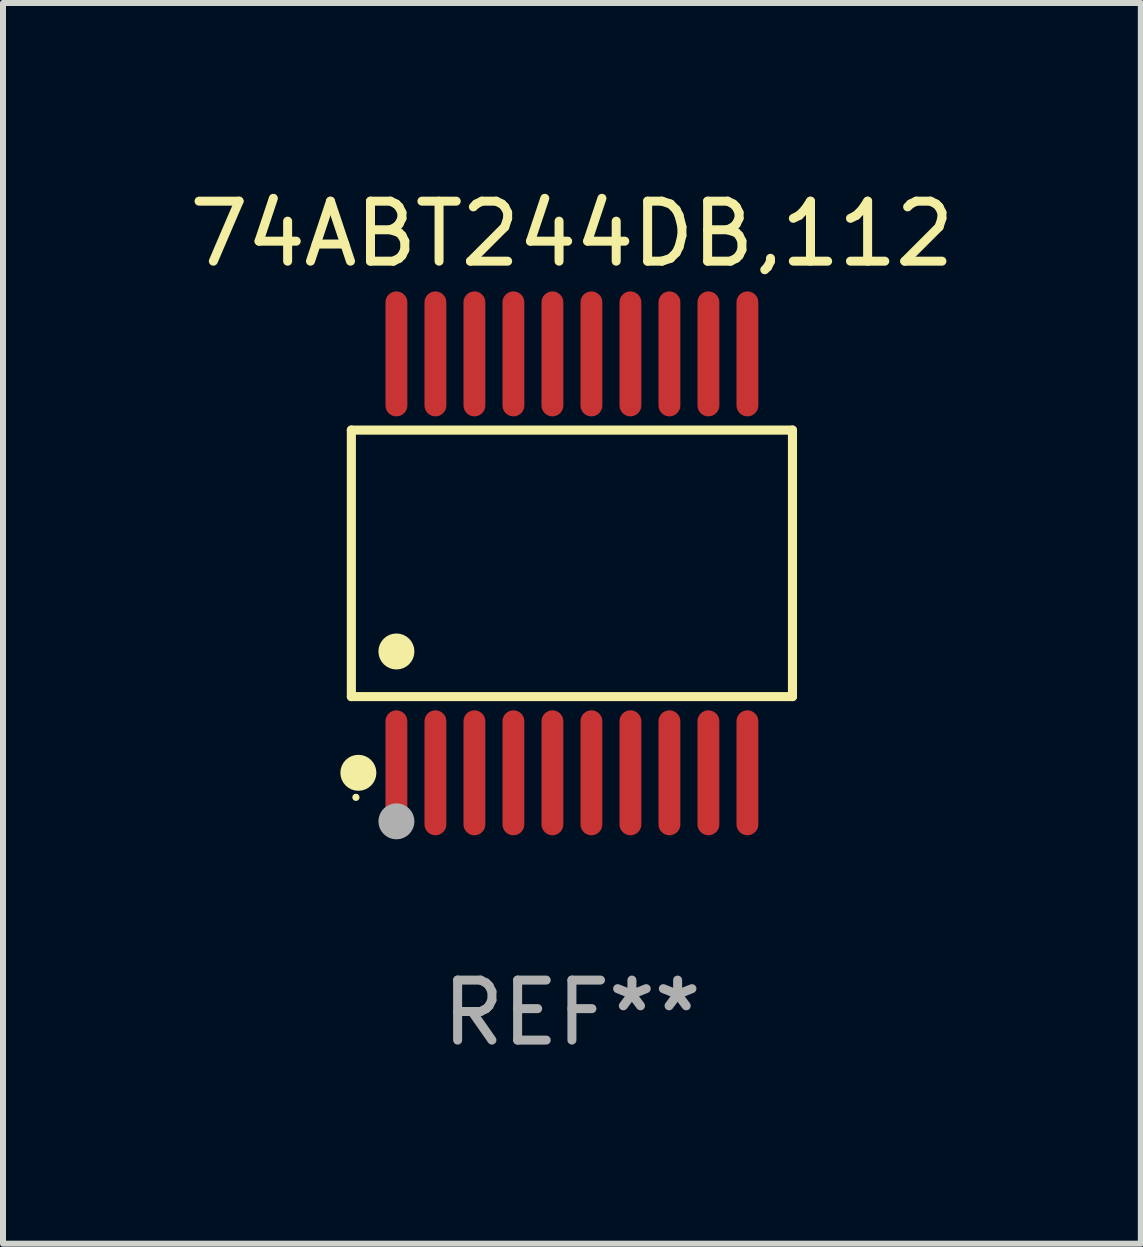
<source format=kicad_pcb>
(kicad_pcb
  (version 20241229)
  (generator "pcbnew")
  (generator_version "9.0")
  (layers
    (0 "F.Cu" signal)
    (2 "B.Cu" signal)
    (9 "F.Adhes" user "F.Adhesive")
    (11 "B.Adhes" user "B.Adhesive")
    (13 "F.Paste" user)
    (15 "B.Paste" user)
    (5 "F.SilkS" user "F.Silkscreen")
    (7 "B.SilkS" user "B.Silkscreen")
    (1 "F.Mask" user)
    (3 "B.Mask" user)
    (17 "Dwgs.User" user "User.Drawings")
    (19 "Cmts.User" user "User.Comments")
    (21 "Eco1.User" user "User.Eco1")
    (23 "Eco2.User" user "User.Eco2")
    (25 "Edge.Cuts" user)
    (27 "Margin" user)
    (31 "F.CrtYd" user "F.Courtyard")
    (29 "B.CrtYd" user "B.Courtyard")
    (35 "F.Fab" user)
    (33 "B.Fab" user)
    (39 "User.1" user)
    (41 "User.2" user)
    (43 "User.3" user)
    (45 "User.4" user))
  (footprint "74ABT244DB,112"
    (layer "F.Cu")
    (at 6.482 6.339)
    (property "Reference" "74ABT244DB,112" (at 0 -5.491 0) (layer "F.SilkS") (effects (font (size 1 1) (thickness 0.15))))
    (attr through_hole)
    (fp_line (start -3.676 -2.221) (end 3.676 -2.221) (stroke (width 0.152) (type solid)) (layer "F.SilkS"))
    (fp_line (start -3.676 2.221) (end -3.676 -2.221) (stroke (width 0.152) (type solid)) (layer "F.SilkS"))
    (fp_line (start 3.676 -2.221) (end 3.676 2.221) (stroke (width 0.152) (type solid)) (layer "F.SilkS"))
    (fp_line (start 3.676 2.221) (end -3.676 2.221) (stroke (width 0.152) (type solid)) (layer "F.SilkS"))
    (fp_circle (center -3.6 3.9) (end -3.57 3.9) (stroke (width 0.06) (type solid)) (fill no) (layer "F.SilkS"))
    (fp_circle (center -3.559 3.491) (end -3.409 3.491) (stroke (width 0.3) (type solid)) (fill no) (layer "F.SilkS"))
    (fp_circle (center -2.925 1.469) (end -2.775 1.469) (stroke (width 0.3) (type solid)) (fill no) (layer "F.SilkS"))
    (fp_circle (center -2.925 4.3) (end -2.775 4.3) (stroke (width 0.3) (type solid)) (fill no) (layer "F.Fab"))
    (fp_text user "REF**" (at 0 7.491 0) (layer "F.Fab") (effects (font (size 1 1) (thickness 0.15))))
    (pad "1" smd oval (at -2.925 3.491) (size 0.364 2.082) (layers "F.Cu" "F.Mask" "F.Paste"))
    (pad "2" smd oval (at -2.275 3.491) (size 0.364 2.082) (layers "F.Cu" "F.Mask" "F.Paste"))
    (pad "3" smd oval (at -1.625 3.491) (size 0.364 2.082) (layers "F.Cu" "F.Mask" "F.Paste"))
    (pad "4" smd oval (at -0.975 3.491) (size 0.364 2.082) (layers "F.Cu" "F.Mask" "F.Paste"))
    (pad "5" smd oval (at -0.325 3.491) (size 0.364 2.082) (layers "F.Cu" "F.Mask" "F.Paste"))
    (pad "6" smd oval (at 0.325 3.491) (size 0.364 2.082) (layers "F.Cu" "F.Mask" "F.Paste"))
    (pad "7" smd oval (at 0.975 3.491) (size 0.364 2.082) (layers "F.Cu" "F.Mask" "F.Paste"))
    (pad "8" smd oval (at 1.625 3.491) (size 0.364 2.082) (layers "F.Cu" "F.Mask" "F.Paste"))
    (pad "9" smd oval (at 2.275 3.491) (size 0.364 2.082) (layers "F.Cu" "F.Mask" "F.Paste"))
    (pad "10" smd oval (at 2.925 3.491) (size 0.364 2.082) (layers "F.Cu" "F.Mask" "F.Paste"))
    (pad "11" smd oval (at 2.925 -3.491) (size 0.364 2.082) (layers "F.Cu" "F.Mask" "F.Paste"))
    (pad "12" smd oval (at 2.275 -3.491) (size 0.364 2.082) (layers "F.Cu" "F.Mask" "F.Paste"))
    (pad "13" smd oval (at 1.625 -3.491) (size 0.364 2.082) (layers "F.Cu" "F.Mask" "F.Paste"))
    (pad "14" smd oval (at 0.975 -3.491) (size 0.364 2.082) (layers "F.Cu" "F.Mask" "F.Paste"))
    (pad "15" smd oval (at 0.325 -3.491) (size 0.364 2.082) (layers "F.Cu" "F.Mask" "F.Paste"))
    (pad "16" smd oval (at -0.325 -3.491) (size 0.364 2.082) (layers "F.Cu" "F.Mask" "F.Paste"))
    (pad "17" smd oval (at -0.975 -3.491) (size 0.364 2.082) (layers "F.Cu" "F.Mask" "F.Paste"))
    (pad "18" smd oval (at -1.625 -3.491) (size 0.364 2.082) (layers "F.Cu" "F.Mask" "F.Paste"))
    (pad "19" smd oval (at -2.275 -3.491) (size 0.364 2.082) (layers "F.Cu" "F.Mask" "F.Paste"))
    (pad "20" smd oval (at -2.925 -3.491) (size 0.364 2.082) (layers "F.Cu" "F.Mask" "F.Paste")))
  (gr_rect
    (start -3 -3)
    (end 15.964 17.678)
    (stroke (width 0.1) (type default))
    (fill no)
    (layer "Edge.Cuts")))
</source>
